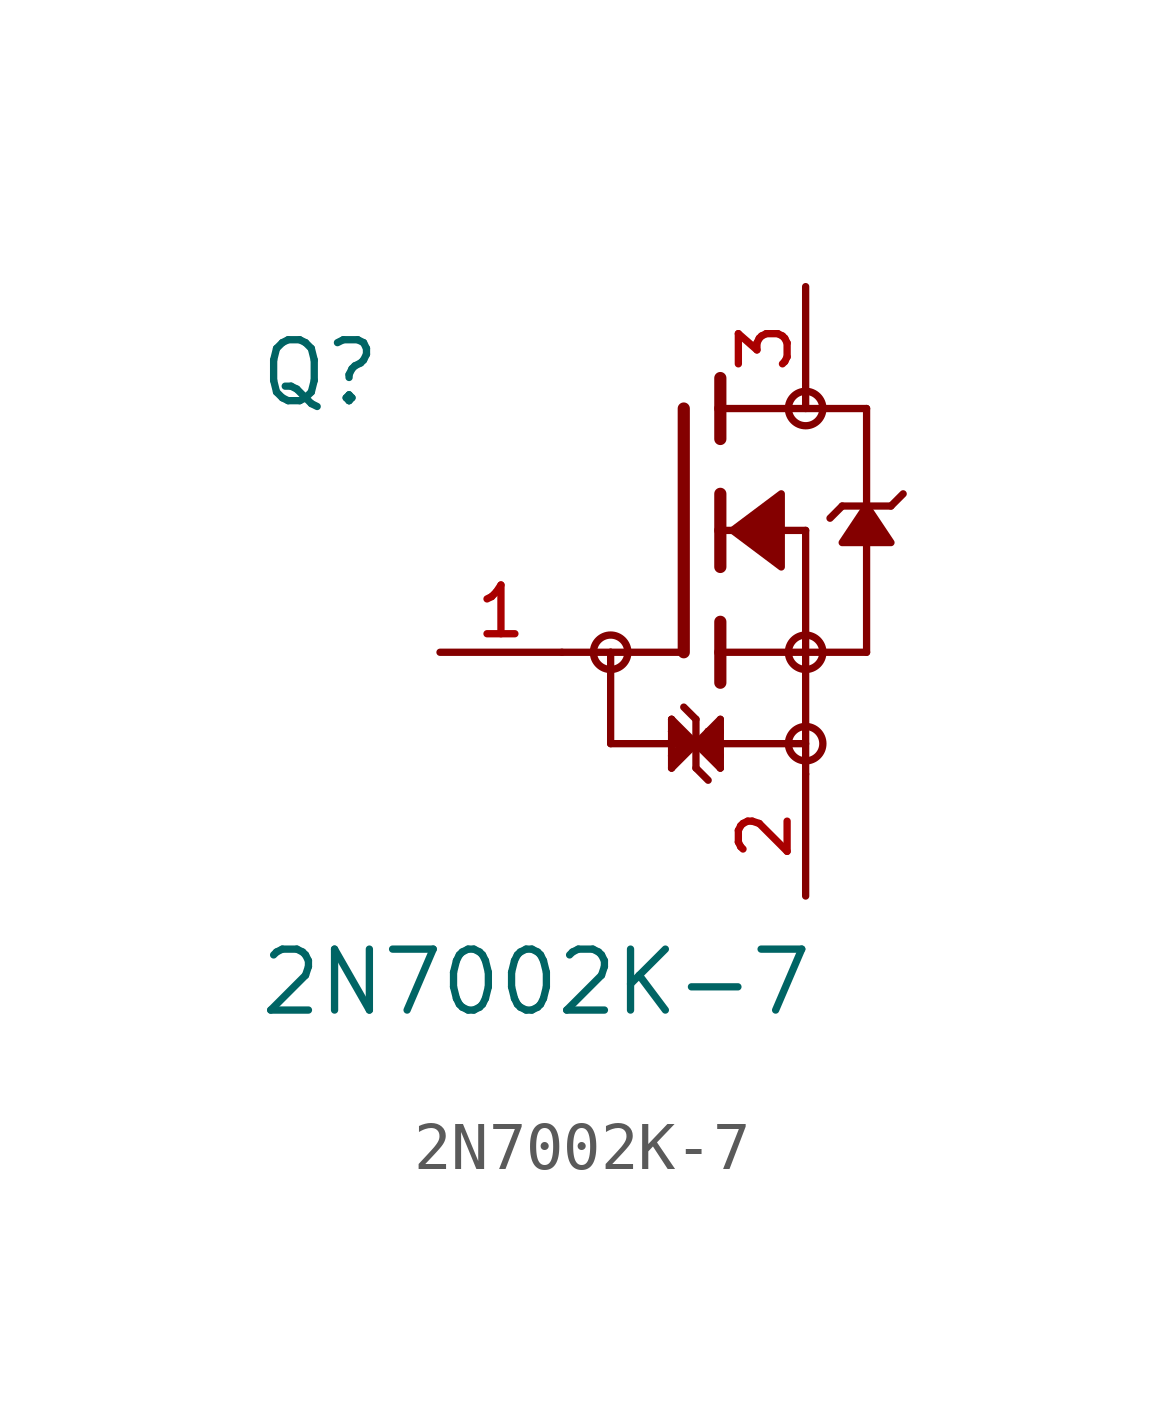
<source format=kicad_sym>
(kicad_symbol_lib
  (version 20220914)
  (generator kicad_symbol_editor)
  (symbol "2N7002K-7"
    (pin_names
      (offset 1.016))
    (property "Reference" "Q"
      (at -8.89 2.54 0)
      (effects (font (size 1.27 1.27)) (justify left bottom)))
    (property "Value" "2N7002K-7"
      (at -8.89 -10.16 0)
      (effects (font (size 1.27 1.27)) (justify left bottom)))
    (symbol "2N7002K-7_0_0"
      (circle (center -1.524 -2.54) (radius 0.359) (stroke (width 0) (type default)) (fill (type none)))
      (polyline (pts (xy -1.524 -4.445) (xy 0 -4.445)) (stroke (width 0.152) (type default)) (fill (type none)))
      (polyline (pts (xy -1.524 -2.54) (xy -2.54 -2.54)) (stroke (width 0.152) (type default)) (fill (type none)))
      (polyline (pts (xy -1.524 -2.54) (xy -1.524 -4.445)) (stroke (width 0.152) (type default)) (fill (type none)))
      (polyline (pts (xy -0.254 -4.953) (xy 0 -4.445)) (stroke (width 0.152) (type default)) (fill (type none)))
      (polyline (pts (xy -0.254 -4.953) (xy 0.254 -4.445)) (stroke (width 0.152) (type default)) (fill (type none)))
      (polyline (pts (xy -0.254 -4.699) (xy -0.254 -4.953)) (stroke (width 0.152) (type default)) (fill (type none)))
      (polyline (pts (xy -0.254 -4.699) (xy 0.254 -4.445)) (stroke (width 0.152) (type default)) (fill (type none)))
      (polyline (pts (xy -0.254 -4.191) (xy -0.254 -4.699)) (stroke (width 0.152) (type default)) (fill (type none)))
      (polyline (pts (xy -0.254 -4.191) (xy 0.254 -4.445)) (stroke (width 0.152) (type default)) (fill (type none)))
      (polyline (pts (xy -0.254 -3.937) (xy -0.254 -4.191)) (stroke (width 0.152) (type default)) (fill (type none)))
      (polyline (pts (xy -0.254 -3.937) (xy 0 -4.445)) (stroke (width 0.152) (type default)) (fill (type none)))
      (polyline (pts (xy 0 -4.445) (xy -0.254 -4.699)) (stroke (width 0.152) (type default)) (fill (type none)))
      (polyline (pts (xy 0 -4.445) (xy -0.254 -4.191)) (stroke (width 0.152) (type default)) (fill (type none)))
      (polyline (pts (xy 0 -4.445) (xy 0.254 -4.445)) (stroke (width 0.152) (type default)) (fill (type none)))
      (polyline (pts (xy 0 -3.683) (xy 0.254 -3.937)) (stroke (width 0.152) (type default)) (fill (type none)))
      (polyline (pts (xy 0 -2.54) (xy -1.524 -2.54)) (stroke (width 0.152) (type default)) (fill (type none)))
      (polyline (pts (xy 0 2.54) (xy 0 -2.54)) (stroke (width 0.254) (type default)) (fill (type none)))
      (polyline (pts (xy 0.254 -4.953) (xy 0.508 -5.207)) (stroke (width 0.152) (type default)) (fill (type none)))
      (polyline (pts (xy 0.254 -4.445) (xy -0.254 -3.937)) (stroke (width 0.152) (type default)) (fill (type none)))
      (polyline (pts (xy 0.254 -4.445) (xy 0.254 -4.953)) (stroke (width 0.152) (type default)) (fill (type none)))
      (polyline (pts (xy 0.254 -4.445) (xy 0.254 -3.937)) (stroke (width 0.152) (type default)) (fill (type none)))
      (polyline (pts (xy 0.254 -4.445) (xy 0.508 -4.445)) (stroke (width 0.152) (type default)) (fill (type none)))
      (polyline (pts (xy 0.254 -4.445) (xy 0.762 -4.699)) (stroke (width 0.152) (type default)) (fill (type none)))
      (polyline (pts (xy 0.508 -4.445) (xy 0.508 -4.191)) (stroke (width 0.152) (type default)) (fill (type none)))
      (polyline (pts (xy 0.508 -4.445) (xy 0.762 -4.953)) (stroke (width 0.152) (type default)) (fill (type none)))
      (polyline (pts (xy 0.508 -4.445) (xy 2.54 -4.445)) (stroke (width 0.152) (type default)) (fill (type none)))
      (polyline (pts (xy 0.508 -4.191) (xy 0.254 -4.445)) (stroke (width 0.152) (type default)) (fill (type none)))
      (polyline (pts (xy 0.508 -4.191) (xy 0.762 -4.191)) (stroke (width 0.152) (type default)) (fill (type none)))
      (polyline (pts (xy 0.508 -4.191) (xy 0.762 -3.937)) (stroke (width 0.152) (type default)) (fill (type none)))
      (polyline (pts (xy 0.762 -4.953) (xy 0.254 -4.445)) (stroke (width 0.152) (type default)) (fill (type none)))
      (polyline (pts (xy 0.762 -4.699) (xy 0.508 -4.191)) (stroke (width 0.152) (type default)) (fill (type none)))
      (polyline (pts (xy 0.762 -4.699) (xy 0.762 -4.953)) (stroke (width 0.152) (type default)) (fill (type none)))
      (polyline (pts (xy 0.762 -4.191) (xy 0.508 -4.445)) (stroke (width 0.152) (type default)) (fill (type none)))
      (polyline (pts (xy 0.762 -4.191) (xy 0.762 -4.699)) (stroke (width 0.152) (type default)) (fill (type none)))
      (polyline (pts (xy 0.762 -3.937) (xy 0.762 -4.191)) (stroke (width 0.152) (type default)) (fill (type none)))
      (polyline (pts (xy 0.762 -2.54) (xy 0.762 -3.175)) (stroke (width 0.254) (type default)) (fill (type none)))
      (polyline (pts (xy 0.762 -1.905) (xy 0.762 -2.54)) (stroke (width 0.254) (type default)) (fill (type none)))
      (polyline (pts (xy 0.762 0) (xy 0.762 -0.762)) (stroke (width 0.254) (type default)) (fill (type none)))
      (polyline (pts (xy 0.762 0) (xy 2.54 0)) (stroke (width 0.152) (type default)) (fill (type none)))
      (polyline (pts (xy 0.762 0.762) (xy 0.762 0)) (stroke (width 0.254) (type default)) (fill (type none)))
      (polyline (pts (xy 0.762 2.54) (xy 0.762 1.905)) (stroke (width 0.254) (type default)) (fill (type none)))
      (polyline (pts (xy 0.762 2.54) (xy 3.81 2.54)) (stroke (width 0.152) (type default)) (fill (type none)))
      (polyline (pts (xy 0.762 3.175) (xy 0.762 2.54)) (stroke (width 0.254) (type default)) (fill (type none)))
      (polyline (pts (xy 2.54 -2.54) (xy 0.762 -2.54)) (stroke (width 0.152) (type default)) (fill (type none)))
      (polyline (pts (xy 2.54 -2.54) (xy 2.54 -5.08)) (stroke (width 0.152) (type default)) (fill (type none)))
      (polyline (pts (xy 2.54 -2.54) (xy 3.81 -2.54)) (stroke (width 0.152) (type default)) (fill (type none)))
      (polyline (pts (xy 2.54 0) (xy 2.54 -2.54)) (stroke (width 0.152) (type default)) (fill (type none)))
      (polyline (pts (xy 3.302 0.508) (xy 3.048 0.254)) (stroke (width 0.152) (type default)) (fill (type none)))
      (polyline (pts (xy 3.81 0.508) (xy 3.302 0.508)) (stroke (width 0.152) (type default)) (fill (type none)))
      (polyline (pts (xy 3.81 0.508) (xy 3.81 -2.54)) (stroke (width 0.152) (type default)) (fill (type none)))
      (polyline (pts (xy 3.81 2.54) (xy 3.81 0.508)) (stroke (width 0.152) (type default)) (fill (type none)))
      (polyline (pts (xy 4.318 0.508) (xy 3.81 0.508)) (stroke (width 0.152) (type default)) (fill (type none)))
      (polyline (pts (xy 4.572 0.762) (xy 4.318 0.508)) (stroke (width 0.152) (type default)) (fill (type none)))
      (polyline (pts (xy 1.016 0) (xy 2.032 0.762) (xy 2.032 -0.762) (xy 1.016 0)) (stroke (width 0.152) (type default)) (fill (type outline)))
      (polyline (pts (xy 3.81 0.508) (xy 3.302 -0.254) (xy 4.318 -0.254) (xy 3.81 0.508)) (stroke (width 0.152) (type default)) (fill (type outline)))
      (circle (center 2.54 -4.445) (radius 0.359) (stroke (width 0) (type default)) (fill (type none)))
      (circle (center 2.54 -2.54) (radius 0.359) (stroke (width 0) (type default)) (fill (type none)))
      (circle (center 2.54 2.54) (radius 0.359) (stroke (width 0) (type default)) (fill (type none)))
      (pin passive line (at -5.08 -2.54 0) (length 2.54) (name "~" (effects (font (size 1.016 1.016)))) (number "1" (effects (font (size 1.016 1.016)))))
      (pin passive line (at 2.54 -7.62 90) (length 2.54) (name "~" (effects (font (size 1.016 1.016)))) (number "2" (effects (font (size 1.016 1.016)))))
      (pin passive line (at 2.54 5.08 270) (length 2.54) (name "~" (effects (font (size 1.016 1.016)))) (number "3" (effects (font (size 1.016 1.016))))))))
</source>
